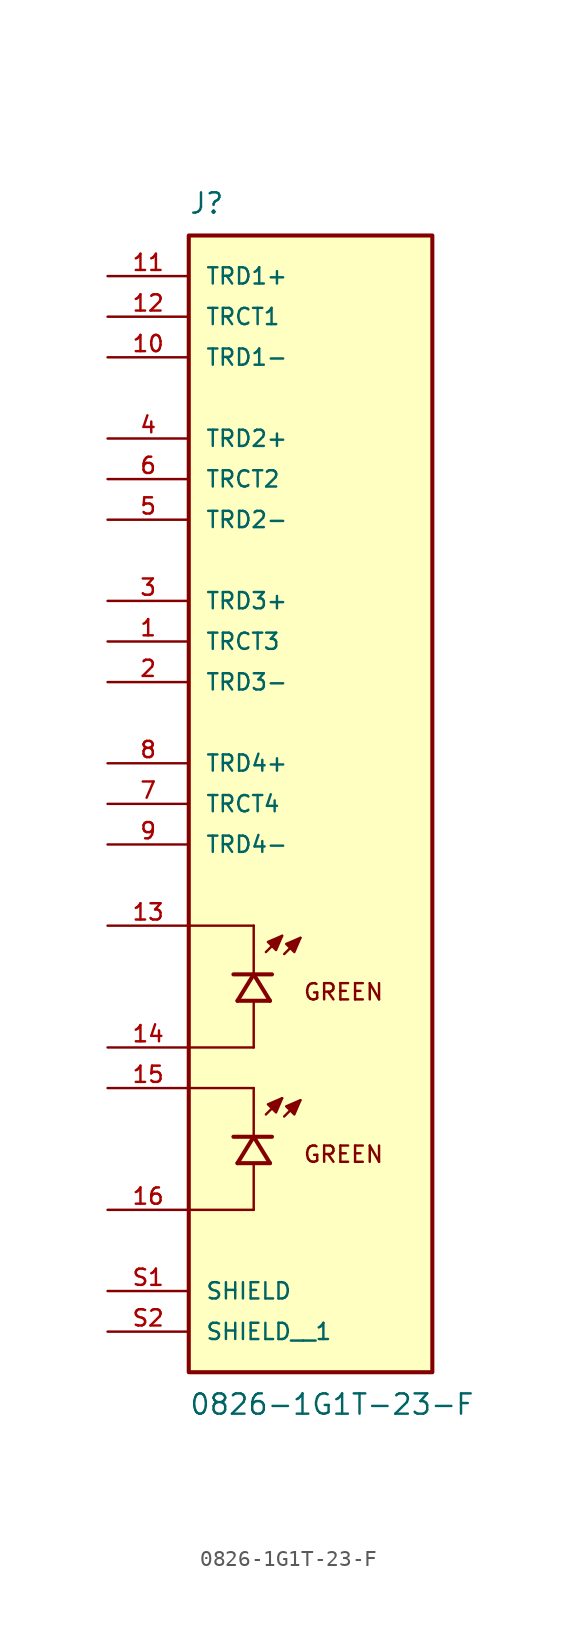
<source format=kicad_sym>
(kicad_symbol_lib
  (version 20211014)
  (generator kicad_symbol_editor)
  (symbol "0826-1G1T-23-F"
    (pin_names
      (offset 1.016))
    (property "Reference" "J"
      (at -7.62 34.29 0)
      (effects (font (size 1.27 1.27)) (justify bottom left)))
    (property "Value" "0826-1G1T-23-F"
      (at -7.62 -39.37 0)
      (effects (font (size 1.27 1.27)) (justify top left)))
    (symbol "0826-1G1T-23-F_0_0"
      (polyline (pts (xy -2.794 -11.811) (xy -1.778 -10.795)) (stroke (width 0.152)))
      (polyline (pts (xy -1.651 -11.938) (xy -0.635 -10.922)) (stroke (width 0.152)))
      (polyline (pts (xy -1.778 -10.795) (xy -2.667 -11.176) (xy -2.159 -11.684) (xy -1.778 -10.795)) (stroke (width 0.152)) (fill (type outline)))
      (polyline (pts (xy -0.635 -10.922) (xy -1.524 -11.303) (xy -1.016 -11.811) (xy -0.635 -10.922)) (stroke (width 0.152)) (fill (type outline)))
      (text "GREEN" (at -0.508 -23.876 0) (effects (font (size 1.016 1.016)) (justify top left)))
      (polyline (pts (xy -2.54 -14.859) (xy -3.556 -13.208)) (stroke (width 0.254)))
      (polyline (pts (xy -3.556 -13.208) (xy -4.572 -14.859)) (stroke (width 0.254)))
      (polyline (pts (xy -2.413 -13.208) (xy -3.556 -13.208)) (stroke (width 0.254)))
      (polyline (pts (xy -3.556 -13.208) (xy -4.826 -13.208)) (stroke (width 0.254)))
      (polyline (pts (xy -2.54 -14.859) (xy -4.572 -14.859)) (stroke (width 0.254)))
      (polyline (pts (xy -3.556 -17.78) (xy -3.556 -14.986)) (stroke (width 0.152)))
      (polyline (pts (xy -3.556 -13.081) (xy -3.556 -10.16)) (stroke (width 0.152)))
      (polyline (pts (xy -3.556 -10.16) (xy -7.62 -10.16)) (stroke (width 0.152)))
      (polyline (pts (xy -3.556 -17.78) (xy -7.62 -17.78)) (stroke (width 0.152)))
      (polyline (pts (xy -2.794 -21.971) (xy -1.778 -20.955)) (stroke (width 0.152)))
      (polyline (pts (xy -1.651 -22.098) (xy -0.635 -21.082)) (stroke (width 0.152)))
      (polyline (pts (xy -1.778 -20.955) (xy -2.667 -21.336) (xy -2.159 -21.844) (xy -1.778 -20.955)) (stroke (width 0.152)) (fill (type outline)))
      (polyline (pts (xy -0.635 -21.082) (xy -1.524 -21.463) (xy -1.016 -21.971) (xy -0.635 -21.082)) (stroke (width 0.152)) (fill (type outline)))
      (text "GREEN" (at -0.508 -13.716 0) (effects (font (size 1.016 1.016)) (justify top left)))
      (polyline (pts (xy -2.54 -25.019) (xy -3.556 -23.368)) (stroke (width 0.254)))
      (polyline (pts (xy -3.556 -23.368) (xy -4.572 -25.019)) (stroke (width 0.254)))
      (polyline (pts (xy -2.413 -23.368) (xy -3.556 -23.368)) (stroke (width 0.254)))
      (polyline (pts (xy -3.556 -23.368) (xy -4.826 -23.368)) (stroke (width 0.254)))
      (polyline (pts (xy -2.54 -25.019) (xy -4.572 -25.019)) (stroke (width 0.254)))
      (polyline (pts (xy -3.556 -27.94) (xy -3.556 -25.146)) (stroke (width 0.152)))
      (polyline (pts (xy -3.556 -23.241) (xy -3.556 -20.32)) (stroke (width 0.152)))
      (polyline (pts (xy -3.556 -20.32) (xy -7.62 -20.32)) (stroke (width 0.152)))
      (polyline (pts (xy -3.556 -27.94) (xy -7.62 -27.94)) (stroke (width 0.152)))
      (rectangle (start -7.62 -38.1) (end 7.62 33.02) (stroke (width 0.254)) (fill (type background)))
      (pin passive line (at -12.7 25.4 0) (length 5.08) (name "TRD1-" (effects (font (size 1.016 1.016)))) (number "10" (effects (font (size 1.016 1.016)))))
      (pin passive line (at -12.7 30.48 0) (length 5.08) (name "TRD1+" (effects (font (size 1.016 1.016)))) (number "11" (effects (font (size 1.016 1.016)))))
      (pin passive line (at -12.7 15.24 0) (length 5.08) (name "TRD2-" (effects (font (size 1.016 1.016)))) (number "5" (effects (font (size 1.016 1.016)))))
      (pin passive line (at -12.7 20.32 0) (length 5.08) (name "TRD2+" (effects (font (size 1.016 1.016)))) (number "4" (effects (font (size 1.016 1.016)))))
      (pin passive line (at -12.7 5.08 0) (length 5.08) (name "TRD3-" (effects (font (size 1.016 1.016)))) (number "2" (effects (font (size 1.016 1.016)))))
      (pin passive line (at -12.7 10.16 0) (length 5.08) (name "TRD3+" (effects (font (size 1.016 1.016)))) (number "3" (effects (font (size 1.016 1.016)))))
      (pin passive line (at -12.7 -5.08 0) (length 5.08) (name "TRD4-" (effects (font (size 1.016 1.016)))) (number "9" (effects (font (size 1.016 1.016)))))
      (pin passive line (at -12.7 0.0 0) (length 5.08) (name "TRD4+" (effects (font (size 1.016 1.016)))) (number "8" (effects (font (size 1.016 1.016)))))
      (pin passive line (at -12.7 -17.78 0) (length 5.08) (name "~" (effects (font (size 1.016 1.016)))) (number "14" (effects (font (size 1.016 1.016)))))
      (pin passive line (at -12.7 -10.16 0) (length 5.08) (name "~" (effects (font (size 1.016 1.016)))) (number "13" (effects (font (size 1.016 1.016)))))
      (pin passive line (at -12.7 27.94 0) (length 5.08) (name "TRCT1" (effects (font (size 1.016 1.016)))) (number "12" (effects (font (size 1.016 1.016)))))
      (pin passive line (at -12.7 -33.02 0) (length 5.08) (name "SHIELD" (effects (font (size 1.016 1.016)))) (number "S1" (effects (font (size 1.016 1.016)))))
      (pin passive line (at -12.7 17.78 0) (length 5.08) (name "TRCT2" (effects (font (size 1.016 1.016)))) (number "6" (effects (font (size 1.016 1.016)))))
      (pin passive line (at -12.7 7.62 0) (length 5.08) (name "TRCT3" (effects (font (size 1.016 1.016)))) (number "1" (effects (font (size 1.016 1.016)))))
      (pin passive line (at -12.7 -2.54 0) (length 5.08) (name "TRCT4" (effects (font (size 1.016 1.016)))) (number "7" (effects (font (size 1.016 1.016)))))
      (pin passive line (at -12.7 -27.94 0) (length 5.08) (name "~" (effects (font (size 1.016 1.016)))) (number "16" (effects (font (size 1.016 1.016)))))
      (pin passive line (at -12.7 -20.32 0) (length 5.08) (name "~" (effects (font (size 1.016 1.016)))) (number "15" (effects (font (size 1.016 1.016)))))
      (pin passive line (at -12.7 -35.56 0) (length 5.08) (name "SHIELD__1" (effects (font (size 1.016 1.016)))) (number "S2" (effects (font (size 1.016 1.016))))))))
</source>
